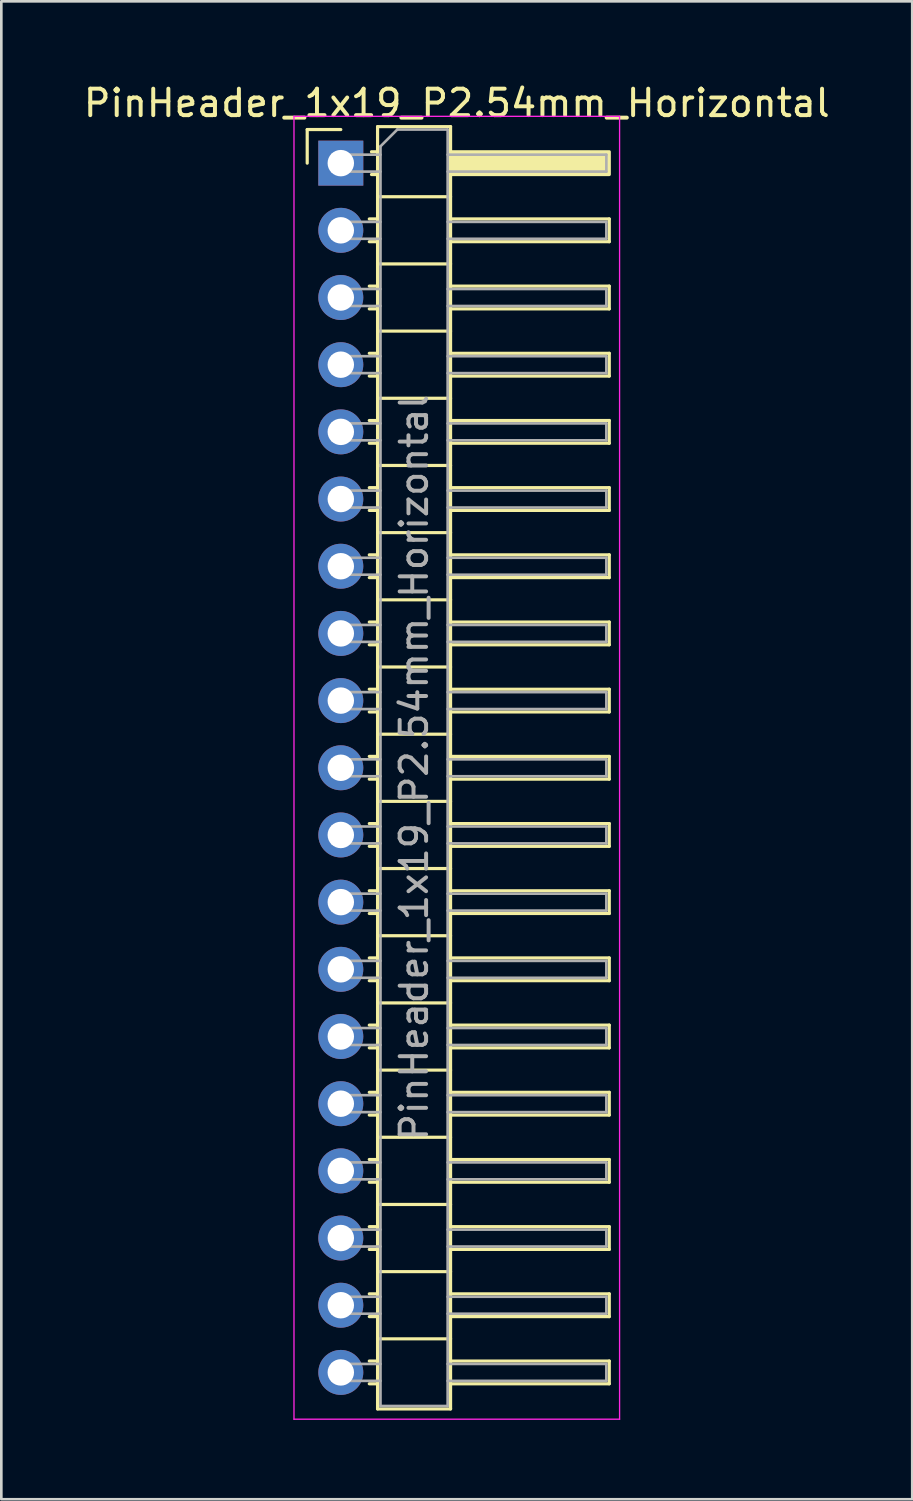
<source format=kicad_pcb>
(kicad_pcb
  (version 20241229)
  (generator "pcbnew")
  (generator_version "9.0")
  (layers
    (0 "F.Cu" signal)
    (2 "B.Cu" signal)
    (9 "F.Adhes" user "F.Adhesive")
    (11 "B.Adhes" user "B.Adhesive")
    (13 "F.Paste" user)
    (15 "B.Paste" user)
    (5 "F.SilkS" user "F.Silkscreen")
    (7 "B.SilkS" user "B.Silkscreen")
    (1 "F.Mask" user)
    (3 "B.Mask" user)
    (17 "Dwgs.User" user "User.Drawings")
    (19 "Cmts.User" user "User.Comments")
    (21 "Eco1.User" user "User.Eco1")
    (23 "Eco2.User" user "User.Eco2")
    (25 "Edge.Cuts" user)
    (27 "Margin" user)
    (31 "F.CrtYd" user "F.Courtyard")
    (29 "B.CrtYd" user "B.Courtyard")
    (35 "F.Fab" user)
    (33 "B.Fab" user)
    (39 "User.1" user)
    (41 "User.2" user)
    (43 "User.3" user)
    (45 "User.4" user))
  (footprint "PinHeader_1x19_P2.54mm_Horizontal"
    (layer "F.Cu")
    (at 9.835 3.118)
    (property "Reference" "PinHeader_1x19_P2.54mm_Horizontal" (at 4.385 -2.27 0) (layer "F.SilkS") (effects (font (size 1 1) (thickness 0.15))))
    (attr through_hole)
    (fp_line (start -1.27 -1.27) (end 0 -1.27) (stroke (width 0.12) (type solid)) (layer "F.SilkS"))
    (fp_line (start -1.27 0) (end -1.27 -1.27) (stroke (width 0.12) (type solid)) (layer "F.SilkS"))
    (fp_line (start 1.077 2.11) (end 1.39 2.11) (stroke (width 0.12) (type solid)) (layer "F.SilkS"))
    (fp_line (start 1.077 2.97) (end 1.39 2.97) (stroke (width 0.12) (type solid)) (layer "F.SilkS"))
    (fp_line (start 1.077 4.65) (end 1.39 4.65) (stroke (width 0.12) (type solid)) (layer "F.SilkS"))
    (fp_line (start 1.077 5.51) (end 1.39 5.51) (stroke (width 0.12) (type solid)) (layer "F.SilkS"))
    (fp_line (start 1.077 7.19) (end 1.39 7.19) (stroke (width 0.12) (type solid)) (layer "F.SilkS"))
    (fp_line (start 1.077 8.05) (end 1.39 8.05) (stroke (width 0.12) (type solid)) (layer "F.SilkS"))
    (fp_line (start 1.077 9.73) (end 1.39 9.73) (stroke (width 0.12) (type solid)) (layer "F.SilkS"))
    (fp_line (start 1.077 10.59) (end 1.39 10.59) (stroke (width 0.12) (type solid)) (layer "F.SilkS"))
    (fp_line (start 1.077 12.27) (end 1.39 12.27) (stroke (width 0.12) (type solid)) (layer "F.SilkS"))
    (fp_line (start 1.077 13.13) (end 1.39 13.13) (stroke (width 0.12) (type solid)) (layer "F.SilkS"))
    (fp_line (start 1.077 14.81) (end 1.39 14.81) (stroke (width 0.12) (type solid)) (layer "F.SilkS"))
    (fp_line (start 1.077 15.67) (end 1.39 15.67) (stroke (width 0.12) (type solid)) (layer "F.SilkS"))
    (fp_line (start 1.077 17.35) (end 1.39 17.35) (stroke (width 0.12) (type solid)) (layer "F.SilkS"))
    (fp_line (start 1.077 18.21) (end 1.39 18.21) (stroke (width 0.12) (type solid)) (layer "F.SilkS"))
    (fp_line (start 1.077 19.89) (end 1.39 19.89) (stroke (width 0.12) (type solid)) (layer "F.SilkS"))
    (fp_line (start 1.077 20.75) (end 1.39 20.75) (stroke (width 0.12) (type solid)) (layer "F.SilkS"))
    (fp_line (start 1.077 22.43) (end 1.39 22.43) (stroke (width 0.12) (type solid)) (layer "F.SilkS"))
    (fp_line (start 1.077 23.29) (end 1.39 23.29) (stroke (width 0.12) (type solid)) (layer "F.SilkS"))
    (fp_line (start 1.077 24.97) (end 1.39 24.97) (stroke (width 0.12) (type solid)) (layer "F.SilkS"))
    (fp_line (start 1.077 25.83) (end 1.39 25.83) (stroke (width 0.12) (type solid)) (layer "F.SilkS"))
    (fp_line (start 1.077 27.51) (end 1.39 27.51) (stroke (width 0.12) (type solid)) (layer "F.SilkS"))
    (fp_line (start 1.077 28.37) (end 1.39 28.37) (stroke (width 0.12) (type solid)) (layer "F.SilkS"))
    (fp_line (start 1.077 30.05) (end 1.39 30.05) (stroke (width 0.12) (type solid)) (layer "F.SilkS"))
    (fp_line (start 1.077 30.91) (end 1.39 30.91) (stroke (width 0.12) (type solid)) (layer "F.SilkS"))
    (fp_line (start 1.077 32.59) (end 1.39 32.59) (stroke (width 0.12) (type solid)) (layer "F.SilkS"))
    (fp_line (start 1.077 33.45) (end 1.39 33.45) (stroke (width 0.12) (type solid)) (layer "F.SilkS"))
    (fp_line (start 1.077 35.13) (end 1.39 35.13) (stroke (width 0.12) (type solid)) (layer "F.SilkS"))
    (fp_line (start 1.077 35.99) (end 1.39 35.99) (stroke (width 0.12) (type solid)) (layer "F.SilkS"))
    (fp_line (start 1.077 37.67) (end 1.39 37.67) (stroke (width 0.12) (type solid)) (layer "F.SilkS"))
    (fp_line (start 1.077 38.53) (end 1.39 38.53) (stroke (width 0.12) (type solid)) (layer "F.SilkS"))
    (fp_line (start 1.077 40.21) (end 1.39 40.21) (stroke (width 0.12) (type solid)) (layer "F.SilkS"))
    (fp_line (start 1.077 41.07) (end 1.39 41.07) (stroke (width 0.12) (type solid)) (layer "F.SilkS"))
    (fp_line (start 1.077 42.75) (end 1.39 42.75) (stroke (width 0.12) (type solid)) (layer "F.SilkS"))
    (fp_line (start 1.077 43.61) (end 1.39 43.61) (stroke (width 0.12) (type solid)) (layer "F.SilkS"))
    (fp_line (start 1.077 45.29) (end 1.39 45.29) (stroke (width 0.12) (type solid)) (layer "F.SilkS"))
    (fp_line (start 1.077 46.15) (end 1.39 46.15) (stroke (width 0.12) (type solid)) (layer "F.SilkS"))
    (fp_line (start 1.16 -0.43) (end 1.39 -0.43) (stroke (width 0.12) (type solid)) (layer "F.SilkS"))
    (fp_line (start 1.16 0.43) (end 1.39 0.43) (stroke (width 0.12) (type solid)) (layer "F.SilkS"))
    (fp_line (start 1.39 -1.38) (end 1.39 47.1) (stroke (width 0.12) (type solid)) (layer "F.SilkS"))
    (fp_line (start 1.39 1.27) (end 4.15 1.27) (stroke (width 0.12) (type solid)) (layer "F.SilkS"))
    (fp_line (start 1.39 3.81) (end 4.15 3.81) (stroke (width 0.12) (type solid)) (layer "F.SilkS"))
    (fp_line (start 1.39 6.35) (end 4.15 6.35) (stroke (width 0.12) (type solid)) (layer "F.SilkS"))
    (fp_line (start 1.39 8.89) (end 4.15 8.89) (stroke (width 0.12) (type solid)) (layer "F.SilkS"))
    (fp_line (start 1.39 11.43) (end 4.15 11.43) (stroke (width 0.12) (type solid)) (layer "F.SilkS"))
    (fp_line (start 1.39 13.97) (end 4.15 13.97) (stroke (width 0.12) (type solid)) (layer "F.SilkS"))
    (fp_line (start 1.39 16.51) (end 4.15 16.51) (stroke (width 0.12) (type solid)) (layer "F.SilkS"))
    (fp_line (start 1.39 19.05) (end 4.15 19.05) (stroke (width 0.12) (type solid)) (layer "F.SilkS"))
    (fp_line (start 1.39 21.59) (end 4.15 21.59) (stroke (width 0.12) (type solid)) (layer "F.SilkS"))
    (fp_line (start 1.39 24.13) (end 4.15 24.13) (stroke (width 0.12) (type solid)) (layer "F.SilkS"))
    (fp_line (start 1.39 26.67) (end 4.15 26.67) (stroke (width 0.12) (type solid)) (layer "F.SilkS"))
    (fp_line (start 1.39 29.21) (end 4.15 29.21) (stroke (width 0.12) (type solid)) (layer "F.SilkS"))
    (fp_line (start 1.39 31.75) (end 4.15 31.75) (stroke (width 0.12) (type solid)) (layer "F.SilkS"))
    (fp_line (start 1.39 34.29) (end 4.15 34.29) (stroke (width 0.12) (type solid)) (layer "F.SilkS"))
    (fp_line (start 1.39 36.83) (end 4.15 36.83) (stroke (width 0.12) (type solid)) (layer "F.SilkS"))
    (fp_line (start 1.39 39.37) (end 4.15 39.37) (stroke (width 0.12) (type solid)) (layer "F.SilkS"))
    (fp_line (start 1.39 41.91) (end 4.15 41.91) (stroke (width 0.12) (type solid)) (layer "F.SilkS"))
    (fp_line (start 1.39 44.45) (end 4.15 44.45) (stroke (width 0.12) (type solid)) (layer "F.SilkS"))
    (fp_line (start 1.39 47.1) (end 4.15 47.1) (stroke (width 0.12) (type solid)) (layer "F.SilkS"))
    (fp_line (start 4.15 -1.38) (end 1.39 -1.38) (stroke (width 0.12) (type solid)) (layer "F.SilkS"))
    (fp_line (start 4.15 2.11) (end 10.15 2.11) (stroke (width 0.12) (type solid)) (layer "F.SilkS"))
    (fp_line (start 4.15 4.65) (end 10.15 4.65) (stroke (width 0.12) (type solid)) (layer "F.SilkS"))
    (fp_line (start 4.15 7.19) (end 10.15 7.19) (stroke (width 0.12) (type solid)) (layer "F.SilkS"))
    (fp_line (start 4.15 9.73) (end 10.15 9.73) (stroke (width 0.12) (type solid)) (layer "F.SilkS"))
    (fp_line (start 4.15 12.27) (end 10.15 12.27) (stroke (width 0.12) (type solid)) (layer "F.SilkS"))
    (fp_line (start 4.15 14.81) (end 10.15 14.81) (stroke (width 0.12) (type solid)) (layer "F.SilkS"))
    (fp_line (start 4.15 17.35) (end 10.15 17.35) (stroke (width 0.12) (type solid)) (layer "F.SilkS"))
    (fp_line (start 4.15 19.89) (end 10.15 19.89) (stroke (width 0.12) (type solid)) (layer "F.SilkS"))
    (fp_line (start 4.15 22.43) (end 10.15 22.43) (stroke (width 0.12) (type solid)) (layer "F.SilkS"))
    (fp_line (start 4.15 24.97) (end 10.15 24.97) (stroke (width 0.12) (type solid)) (layer "F.SilkS"))
    (fp_line (start 4.15 27.51) (end 10.15 27.51) (stroke (width 0.12) (type solid)) (layer "F.SilkS"))
    (fp_line (start 4.15 30.05) (end 10.15 30.05) (stroke (width 0.12) (type solid)) (layer "F.SilkS"))
    (fp_line (start 4.15 32.59) (end 10.15 32.59) (stroke (width 0.12) (type solid)) (layer "F.SilkS"))
    (fp_line (start 4.15 35.13) (end 10.15 35.13) (stroke (width 0.12) (type solid)) (layer "F.SilkS"))
    (fp_line (start 4.15 37.67) (end 10.15 37.67) (stroke (width 0.12) (type solid)) (layer "F.SilkS"))
    (fp_line (start 4.15 40.21) (end 10.15 40.21) (stroke (width 0.12) (type solid)) (layer "F.SilkS"))
    (fp_line (start 4.15 42.75) (end 10.15 42.75) (stroke (width 0.12) (type solid)) (layer "F.SilkS"))
    (fp_line (start 4.15 45.29) (end 10.15 45.29) (stroke (width 0.12) (type solid)) (layer "F.SilkS"))
    (fp_line (start 4.15 47.1) (end 4.15 -1.38) (stroke (width 0.12) (type solid)) (layer "F.SilkS"))
    (fp_line (start 10.15 2.11) (end 10.15 2.97) (stroke (width 0.12) (type solid)) (layer "F.SilkS"))
    (fp_line (start 10.15 2.97) (end 4.15 2.97) (stroke (width 0.12) (type solid)) (layer "F.SilkS"))
    (fp_line (start 10.15 4.65) (end 10.15 5.51) (stroke (width 0.12) (type solid)) (layer "F.SilkS"))
    (fp_line (start 10.15 5.51) (end 4.15 5.51) (stroke (width 0.12) (type solid)) (layer "F.SilkS"))
    (fp_line (start 10.15 7.19) (end 10.15 8.05) (stroke (width 0.12) (type solid)) (layer "F.SilkS"))
    (fp_line (start 10.15 8.05) (end 4.15 8.05) (stroke (width 0.12) (type solid)) (layer "F.SilkS"))
    (fp_line (start 10.15 9.73) (end 10.15 10.59) (stroke (width 0.12) (type solid)) (layer "F.SilkS"))
    (fp_line (start 10.15 10.59) (end 4.15 10.59) (stroke (width 0.12) (type solid)) (layer "F.SilkS"))
    (fp_line (start 10.15 12.27) (end 10.15 13.13) (stroke (width 0.12) (type solid)) (layer "F.SilkS"))
    (fp_line (start 10.15 13.13) (end 4.15 13.13) (stroke (width 0.12) (type solid)) (layer "F.SilkS"))
    (fp_line (start 10.15 14.81) (end 10.15 15.67) (stroke (width 0.12) (type solid)) (layer "F.SilkS"))
    (fp_line (start 10.15 15.67) (end 4.15 15.67) (stroke (width 0.12) (type solid)) (layer "F.SilkS"))
    (fp_line (start 10.15 17.35) (end 10.15 18.21) (stroke (width 0.12) (type solid)) (layer "F.SilkS"))
    (fp_line (start 10.15 18.21) (end 4.15 18.21) (stroke (width 0.12) (type solid)) (layer "F.SilkS"))
    (fp_line (start 10.15 19.89) (end 10.15 20.75) (stroke (width 0.12) (type solid)) (layer "F.SilkS"))
    (fp_line (start 10.15 20.75) (end 4.15 20.75) (stroke (width 0.12) (type solid)) (layer "F.SilkS"))
    (fp_line (start 10.15 22.43) (end 10.15 23.29) (stroke (width 0.12) (type solid)) (layer "F.SilkS"))
    (fp_line (start 10.15 23.29) (end 4.15 23.29) (stroke (width 0.12) (type solid)) (layer "F.SilkS"))
    (fp_line (start 10.15 24.97) (end 10.15 25.83) (stroke (width 0.12) (type solid)) (layer "F.SilkS"))
    (fp_line (start 10.15 25.83) (end 4.15 25.83) (stroke (width 0.12) (type solid)) (layer "F.SilkS"))
    (fp_line (start 10.15 27.51) (end 10.15 28.37) (stroke (width 0.12) (type solid)) (layer "F.SilkS"))
    (fp_line (start 10.15 28.37) (end 4.15 28.37) (stroke (width 0.12) (type solid)) (layer "F.SilkS"))
    (fp_line (start 10.15 30.05) (end 10.15 30.91) (stroke (width 0.12) (type solid)) (layer "F.SilkS"))
    (fp_line (start 10.15 30.91) (end 4.15 30.91) (stroke (width 0.12) (type solid)) (layer "F.SilkS"))
    (fp_line (start 10.15 32.59) (end 10.15 33.45) (stroke (width 0.12) (type solid)) (layer "F.SilkS"))
    (fp_line (start 10.15 33.45) (end 4.15 33.45) (stroke (width 0.12) (type solid)) (layer "F.SilkS"))
    (fp_line (start 10.15 35.13) (end 10.15 35.99) (stroke (width 0.12) (type solid)) (layer "F.SilkS"))
    (fp_line (start 10.15 35.99) (end 4.15 35.99) (stroke (width 0.12) (type solid)) (layer "F.SilkS"))
    (fp_line (start 10.15 37.67) (end 10.15 38.53) (stroke (width 0.12) (type solid)) (layer "F.SilkS"))
    (fp_line (start 10.15 38.53) (end 4.15 38.53) (stroke (width 0.12) (type solid)) (layer "F.SilkS"))
    (fp_line (start 10.15 40.21) (end 10.15 41.07) (stroke (width 0.12) (type solid)) (layer "F.SilkS"))
    (fp_line (start 10.15 41.07) (end 4.15 41.07) (stroke (width 0.12) (type solid)) (layer "F.SilkS"))
    (fp_line (start 10.15 42.75) (end 10.15 43.61) (stroke (width 0.12) (type solid)) (layer "F.SilkS"))
    (fp_line (start 10.15 43.61) (end 4.15 43.61) (stroke (width 0.12) (type solid)) (layer "F.SilkS"))
    (fp_line (start 10.15 45.29) (end 10.15 46.15) (stroke (width 0.12) (type solid)) (layer "F.SilkS"))
    (fp_line (start 10.15 46.15) (end 4.15 46.15) (stroke (width 0.12) (type solid)) (layer "F.SilkS"))
    (fp_rect (start 4.15 -0.43) (end 10.15 0.43) (stroke (width 0.12) (type solid)) (fill yes) (layer "F.SilkS"))
    (fp_line (start -1.77 -1.77) (end -1.77 47.49) (stroke (width 0.05) (type solid)) (layer "F.CrtYd"))
    (fp_line (start -1.77 47.49) (end 10.54 47.49) (stroke (width 0.05) (type solid)) (layer "F.CrtYd"))
    (fp_line (start 10.54 -1.77) (end -1.77 -1.77) (stroke (width 0.05) (type solid)) (layer "F.CrtYd"))
    (fp_line (start 10.54 47.49) (end 10.54 -1.77) (stroke (width 0.05) (type solid)) (layer "F.CrtYd"))
    (fp_line (start -0.32 -0.32) (end -0.32 0.32) (stroke (width 0.1) (type solid)) (layer "F.Fab"))
    (fp_line (start -0.32 -0.32) (end 1.5 -0.32) (stroke (width 0.1) (type solid)) (layer "F.Fab"))
    (fp_line (start -0.32 0.32) (end 1.5 0.32) (stroke (width 0.1) (type solid)) (layer "F.Fab"))
    (fp_line (start -0.32 2.22) (end -0.32 2.86) (stroke (width 0.1) (type solid)) (layer "F.Fab"))
    (fp_line (start -0.32 2.22) (end 1.5 2.22) (stroke (width 0.1) (type solid)) (layer "F.Fab"))
    (fp_line (start -0.32 2.86) (end 1.5 2.86) (stroke (width 0.1) (type solid)) (layer "F.Fab"))
    (fp_line (start -0.32 4.76) (end -0.32 5.4) (stroke (width 0.1) (type solid)) (layer "F.Fab"))
    (fp_line (start -0.32 4.76) (end 1.5 4.76) (stroke (width 0.1) (type solid)) (layer "F.Fab"))
    (fp_line (start -0.32 5.4) (end 1.5 5.4) (stroke (width 0.1) (type solid)) (layer "F.Fab"))
    (fp_line (start -0.32 7.3) (end -0.32 7.94) (stroke (width 0.1) (type solid)) (layer "F.Fab"))
    (fp_line (start -0.32 7.3) (end 1.5 7.3) (stroke (width 0.1) (type solid)) (layer "F.Fab"))
    (fp_line (start -0.32 7.94) (end 1.5 7.94) (stroke (width 0.1) (type solid)) (layer "F.Fab"))
    (fp_line (start -0.32 9.84) (end -0.32 10.48) (stroke (width 0.1) (type solid)) (layer "F.Fab"))
    (fp_line (start -0.32 9.84) (end 1.5 9.84) (stroke (width 0.1) (type solid)) (layer "F.Fab"))
    (fp_line (start -0.32 10.48) (end 1.5 10.48) (stroke (width 0.1) (type solid)) (layer "F.Fab"))
    (fp_line (start -0.32 12.38) (end -0.32 13.02) (stroke (width 0.1) (type solid)) (layer "F.Fab"))
    (fp_line (start -0.32 12.38) (end 1.5 12.38) (stroke (width 0.1) (type solid)) (layer "F.Fab"))
    (fp_line (start -0.32 13.02) (end 1.5 13.02) (stroke (width 0.1) (type solid)) (layer "F.Fab"))
    (fp_line (start -0.32 14.92) (end -0.32 15.56) (stroke (width 0.1) (type solid)) (layer "F.Fab"))
    (fp_line (start -0.32 14.92) (end 1.5 14.92) (stroke (width 0.1) (type solid)) (layer "F.Fab"))
    (fp_line (start -0.32 15.56) (end 1.5 15.56) (stroke (width 0.1) (type solid)) (layer "F.Fab"))
    (fp_line (start -0.32 17.46) (end -0.32 18.1) (stroke (width 0.1) (type solid)) (layer "F.Fab"))
    (fp_line (start -0.32 17.46) (end 1.5 17.46) (stroke (width 0.1) (type solid)) (layer "F.Fab"))
    (fp_line (start -0.32 18.1) (end 1.5 18.1) (stroke (width 0.1) (type solid)) (layer "F.Fab"))
    (fp_line (start -0.32 20) (end -0.32 20.64) (stroke (width 0.1) (type solid)) (layer "F.Fab"))
    (fp_line (start -0.32 20) (end 1.5 20) (stroke (width 0.1) (type solid)) (layer "F.Fab"))
    (fp_line (start -0.32 20.64) (end 1.5 20.64) (stroke (width 0.1) (type solid)) (layer "F.Fab"))
    (fp_line (start -0.32 22.54) (end -0.32 23.18) (stroke (width 0.1) (type solid)) (layer "F.Fab"))
    (fp_line (start -0.32 22.54) (end 1.5 22.54) (stroke (width 0.1) (type solid)) (layer "F.Fab"))
    (fp_line (start -0.32 23.18) (end 1.5 23.18) (stroke (width 0.1) (type solid)) (layer "F.Fab"))
    (fp_line (start -0.32 25.08) (end -0.32 25.72) (stroke (width 0.1) (type solid)) (layer "F.Fab"))
    (fp_line (start -0.32 25.08) (end 1.5 25.08) (stroke (width 0.1) (type solid)) (layer "F.Fab"))
    (fp_line (start -0.32 25.72) (end 1.5 25.72) (stroke (width 0.1) (type solid)) (layer "F.Fab"))
    (fp_line (start -0.32 27.62) (end -0.32 28.26) (stroke (width 0.1) (type solid)) (layer "F.Fab"))
    (fp_line (start -0.32 27.62) (end 1.5 27.62) (stroke (width 0.1) (type solid)) (layer "F.Fab"))
    (fp_line (start -0.32 28.26) (end 1.5 28.26) (stroke (width 0.1) (type solid)) (layer "F.Fab"))
    (fp_line (start -0.32 30.16) (end -0.32 30.8) (stroke (width 0.1) (type solid)) (layer "F.Fab"))
    (fp_line (start -0.32 30.16) (end 1.5 30.16) (stroke (width 0.1) (type solid)) (layer "F.Fab"))
    (fp_line (start -0.32 30.8) (end 1.5 30.8) (stroke (width 0.1) (type solid)) (layer "F.Fab"))
    (fp_line (start -0.32 32.7) (end -0.32 33.34) (stroke (width 0.1) (type solid)) (layer "F.Fab"))
    (fp_line (start -0.32 32.7) (end 1.5 32.7) (stroke (width 0.1) (type solid)) (layer "F.Fab"))
    (fp_line (start -0.32 33.34) (end 1.5 33.34) (stroke (width 0.1) (type solid)) (layer "F.Fab"))
    (fp_line (start -0.32 35.24) (end -0.32 35.88) (stroke (width 0.1) (type solid)) (layer "F.Fab"))
    (fp_line (start -0.32 35.24) (end 1.5 35.24) (stroke (width 0.1) (type solid)) (layer "F.Fab"))
    (fp_line (start -0.32 35.88) (end 1.5 35.88) (stroke (width 0.1) (type solid)) (layer "F.Fab"))
    (fp_line (start -0.32 37.78) (end -0.32 38.42) (stroke (width 0.1) (type solid)) (layer "F.Fab"))
    (fp_line (start -0.32 37.78) (end 1.5 37.78) (stroke (width 0.1) (type solid)) (layer "F.Fab"))
    (fp_line (start -0.32 38.42) (end 1.5 38.42) (stroke (width 0.1) (type solid)) (layer "F.Fab"))
    (fp_line (start -0.32 40.32) (end -0.32 40.96) (stroke (width 0.1) (type solid)) (layer "F.Fab"))
    (fp_line (start -0.32 40.32) (end 1.5 40.32) (stroke (width 0.1) (type solid)) (layer "F.Fab"))
    (fp_line (start -0.32 40.96) (end 1.5 40.96) (stroke (width 0.1) (type solid)) (layer "F.Fab"))
    (fp_line (start -0.32 42.86) (end -0.32 43.5) (stroke (width 0.1) (type solid)) (layer "F.Fab"))
    (fp_line (start -0.32 42.86) (end 1.5 42.86) (stroke (width 0.1) (type solid)) (layer "F.Fab"))
    (fp_line (start -0.32 43.5) (end 1.5 43.5) (stroke (width 0.1) (type solid)) (layer "F.Fab"))
    (fp_line (start -0.32 45.4) (end -0.32 46.04) (stroke (width 0.1) (type solid)) (layer "F.Fab"))
    (fp_line (start -0.32 45.4) (end 1.5 45.4) (stroke (width 0.1) (type solid)) (layer "F.Fab"))
    (fp_line (start -0.32 46.04) (end 1.5 46.04) (stroke (width 0.1) (type solid)) (layer "F.Fab"))
    (fp_line (start 1.5 -0.635) (end 2.135 -1.27) (stroke (width 0.1) (type solid)) (layer "F.Fab"))
    (fp_line (start 1.5 46.99) (end 1.5 -0.635) (stroke (width 0.1) (type solid)) (layer "F.Fab"))
    (fp_line (start 2.135 -1.27) (end 4.04 -1.27) (stroke (width 0.1) (type solid)) (layer "F.Fab"))
    (fp_line (start 4.04 -1.27) (end 4.04 46.99) (stroke (width 0.1) (type solid)) (layer "F.Fab"))
    (fp_line (start 4.04 -0.32) (end 10.04 -0.32) (stroke (width 0.1) (type solid)) (layer "F.Fab"))
    (fp_line (start 4.04 0.32) (end 10.04 0.32) (stroke (width 0.1) (type solid)) (layer "F.Fab"))
    (fp_line (start 4.04 2.22) (end 10.04 2.22) (stroke (width 0.1) (type solid)) (layer "F.Fab"))
    (fp_line (start 4.04 2.86) (end 10.04 2.86) (stroke (width 0.1) (type solid)) (layer "F.Fab"))
    (fp_line (start 4.04 4.76) (end 10.04 4.76) (stroke (width 0.1) (type solid)) (layer "F.Fab"))
    (fp_line (start 4.04 5.4) (end 10.04 5.4) (stroke (width 0.1) (type solid)) (layer "F.Fab"))
    (fp_line (start 4.04 7.3) (end 10.04 7.3) (stroke (width 0.1) (type solid)) (layer "F.Fab"))
    (fp_line (start 4.04 7.94) (end 10.04 7.94) (stroke (width 0.1) (type solid)) (layer "F.Fab"))
    (fp_line (start 4.04 9.84) (end 10.04 9.84) (stroke (width 0.1) (type solid)) (layer "F.Fab"))
    (fp_line (start 4.04 10.48) (end 10.04 10.48) (stroke (width 0.1) (type solid)) (layer "F.Fab"))
    (fp_line (start 4.04 12.38) (end 10.04 12.38) (stroke (width 0.1) (type solid)) (layer "F.Fab"))
    (fp_line (start 4.04 13.02) (end 10.04 13.02) (stroke (width 0.1) (type solid)) (layer "F.Fab"))
    (fp_line (start 4.04 14.92) (end 10.04 14.92) (stroke (width 0.1) (type solid)) (layer "F.Fab"))
    (fp_line (start 4.04 15.56) (end 10.04 15.56) (stroke (width 0.1) (type solid)) (layer "F.Fab"))
    (fp_line (start 4.04 17.46) (end 10.04 17.46) (stroke (width 0.1) (type solid)) (layer "F.Fab"))
    (fp_line (start 4.04 18.1) (end 10.04 18.1) (stroke (width 0.1) (type solid)) (layer "F.Fab"))
    (fp_line (start 4.04 20) (end 10.04 20) (stroke (width 0.1) (type solid)) (layer "F.Fab"))
    (fp_line (start 4.04 20.64) (end 10.04 20.64) (stroke (width 0.1) (type solid)) (layer "F.Fab"))
    (fp_line (start 4.04 22.54) (end 10.04 22.54) (stroke (width 0.1) (type solid)) (layer "F.Fab"))
    (fp_line (start 4.04 23.18) (end 10.04 23.18) (stroke (width 0.1) (type solid)) (layer "F.Fab"))
    (fp_line (start 4.04 25.08) (end 10.04 25.08) (stroke (width 0.1) (type solid)) (layer "F.Fab"))
    (fp_line (start 4.04 25.72) (end 10.04 25.72) (stroke (width 0.1) (type solid)) (layer "F.Fab"))
    (fp_line (start 4.04 27.62) (end 10.04 27.62) (stroke (width 0.1) (type solid)) (layer "F.Fab"))
    (fp_line (start 4.04 28.26) (end 10.04 28.26) (stroke (width 0.1) (type solid)) (layer "F.Fab"))
    (fp_line (start 4.04 30.16) (end 10.04 30.16) (stroke (width 0.1) (type solid)) (layer "F.Fab"))
    (fp_line (start 4.04 30.8) (end 10.04 30.8) (stroke (width 0.1) (type solid)) (layer "F.Fab"))
    (fp_line (start 4.04 32.7) (end 10.04 32.7) (stroke (width 0.1) (type solid)) (layer "F.Fab"))
    (fp_line (start 4.04 33.34) (end 10.04 33.34) (stroke (width 0.1) (type solid)) (layer "F.Fab"))
    (fp_line (start 4.04 35.24) (end 10.04 35.24) (stroke (width 0.1) (type solid)) (layer "F.Fab"))
    (fp_line (start 4.04 35.88) (end 10.04 35.88) (stroke (width 0.1) (type solid)) (layer "F.Fab"))
    (fp_line (start 4.04 37.78) (end 10.04 37.78) (stroke (width 0.1) (type solid)) (layer "F.Fab"))
    (fp_line (start 4.04 38.42) (end 10.04 38.42) (stroke (width 0.1) (type solid)) (layer "F.Fab"))
    (fp_line (start 4.04 40.32) (end 10.04 40.32) (stroke (width 0.1) (type solid)) (layer "F.Fab"))
    (fp_line (start 4.04 40.96) (end 10.04 40.96) (stroke (width 0.1) (type solid)) (layer "F.Fab"))
    (fp_line (start 4.04 42.86) (end 10.04 42.86) (stroke (width 0.1) (type solid)) (layer "F.Fab"))
    (fp_line (start 4.04 43.5) (end 10.04 43.5) (stroke (width 0.1) (type solid)) (layer "F.Fab"))
    (fp_line (start 4.04 45.4) (end 10.04 45.4) (stroke (width 0.1) (type solid)) (layer "F.Fab"))
    (fp_line (start 4.04 46.04) (end 10.04 46.04) (stroke (width 0.1) (type solid)) (layer "F.Fab"))
    (fp_line (start 4.04 46.99) (end 1.5 46.99) (stroke (width 0.1) (type solid)) (layer "F.Fab"))
    (fp_line (start 10.04 -0.32) (end 10.04 0.32) (stroke (width 0.1) (type solid)) (layer "F.Fab"))
    (fp_line (start 10.04 2.22) (end 10.04 2.86) (stroke (width 0.1) (type solid)) (layer "F.Fab"))
    (fp_line (start 10.04 4.76) (end 10.04 5.4) (stroke (width 0.1) (type solid)) (layer "F.Fab"))
    (fp_line (start 10.04 7.3) (end 10.04 7.94) (stroke (width 0.1) (type solid)) (layer "F.Fab"))
    (fp_line (start 10.04 9.84) (end 10.04 10.48) (stroke (width 0.1) (type solid)) (layer "F.Fab"))
    (fp_line (start 10.04 12.38) (end 10.04 13.02) (stroke (width 0.1) (type solid)) (layer "F.Fab"))
    (fp_line (start 10.04 14.92) (end 10.04 15.56) (stroke (width 0.1) (type solid)) (layer "F.Fab"))
    (fp_line (start 10.04 17.46) (end 10.04 18.1) (stroke (width 0.1) (type solid)) (layer "F.Fab"))
    (fp_line (start 10.04 20) (end 10.04 20.64) (stroke (width 0.1) (type solid)) (layer "F.Fab"))
    (fp_line (start 10.04 22.54) (end 10.04 23.18) (stroke (width 0.1) (type solid)) (layer "F.Fab"))
    (fp_line (start 10.04 25.08) (end 10.04 25.72) (stroke (width 0.1) (type solid)) (layer "F.Fab"))
    (fp_line (start 10.04 27.62) (end 10.04 28.26) (stroke (width 0.1) (type solid)) (layer "F.Fab"))
    (fp_line (start 10.04 30.16) (end 10.04 30.8) (stroke (width 0.1) (type solid)) (layer "F.Fab"))
    (fp_line (start 10.04 32.7) (end 10.04 33.34) (stroke (width 0.1) (type solid)) (layer "F.Fab"))
    (fp_line (start 10.04 35.24) (end 10.04 35.88) (stroke (width 0.1) (type solid)) (layer "F.Fab"))
    (fp_line (start 10.04 37.78) (end 10.04 38.42) (stroke (width 0.1) (type solid)) (layer "F.Fab"))
    (fp_line (start 10.04 40.32) (end 10.04 40.96) (stroke (width 0.1) (type solid)) (layer "F.Fab"))
    (fp_line (start 10.04 42.86) (end 10.04 43.5) (stroke (width 0.1) (type solid)) (layer "F.Fab"))
    (fp_line (start 10.04 45.4) (end 10.04 46.04) (stroke (width 0.1) (type solid)) (layer "F.Fab"))
    (fp_text user "${REFERENCE}" (at 2.77 22.86 90) (layer "F.Fab") (effects (font (size 1 1) (thickness 0.15))))
    (pad "1" thru_hole rect (at 0 0) (size 1.7 1.7) (drill 1) (layers "*.Cu" "*.Mask"))
    (pad "2" thru_hole circle (at 0 2.54) (size 1.7 1.7) (drill 1) (layers "*.Cu" "*.Mask"))
    (pad "3" thru_hole circle (at 0 5.08) (size 1.7 1.7) (drill 1) (layers "*.Cu" "*.Mask"))
    (pad "4" thru_hole circle (at 0 7.62) (size 1.7 1.7) (drill 1) (layers "*.Cu" "*.Mask"))
    (pad "5" thru_hole circle (at 0 10.16) (size 1.7 1.7) (drill 1) (layers "*.Cu" "*.Mask"))
    (pad "6" thru_hole circle (at 0 12.7) (size 1.7 1.7) (drill 1) (layers "*.Cu" "*.Mask"))
    (pad "7" thru_hole circle (at 0 15.24) (size 1.7 1.7) (drill 1) (layers "*.Cu" "*.Mask"))
    (pad "8" thru_hole circle (at 0 17.78) (size 1.7 1.7) (drill 1) (layers "*.Cu" "*.Mask"))
    (pad "9" thru_hole circle (at 0 20.32) (size 1.7 1.7) (drill 1) (layers "*.Cu" "*.Mask"))
    (pad "10" thru_hole circle (at 0 22.86) (size 1.7 1.7) (drill 1) (layers "*.Cu" "*.Mask"))
    (pad "11" thru_hole circle (at 0 25.4) (size 1.7 1.7) (drill 1) (layers "*.Cu" "*.Mask"))
    (pad "12" thru_hole circle (at 0 27.94) (size 1.7 1.7) (drill 1) (layers "*.Cu" "*.Mask"))
    (pad "13" thru_hole circle (at 0 30.48) (size 1.7 1.7) (drill 1) (layers "*.Cu" "*.Mask"))
    (pad "14" thru_hole circle (at 0 33.02) (size 1.7 1.7) (drill 1) (layers "*.Cu" "*.Mask"))
    (pad "15" thru_hole circle (at 0 35.56) (size 1.7 1.7) (drill 1) (layers "*.Cu" "*.Mask"))
    (pad "16" thru_hole circle (at 0 38.1) (size 1.7 1.7) (drill 1) (layers "*.Cu" "*.Mask"))
    (pad "17" thru_hole circle (at 0 40.64) (size 1.7 1.7) (drill 1) (layers "*.Cu" "*.Mask"))
    (pad "18" thru_hole circle (at 0 43.18) (size 1.7 1.7) (drill 1) (layers "*.Cu" "*.Mask"))
    (pad "19" thru_hole circle (at 0 45.72) (size 1.7 1.7) (drill 1) (layers "*.Cu" "*.Mask")))
  (gr_rect
    (start -3 -3)
    (end 31.44 53.633)
    (stroke (width 0.1) (type default))
    (fill no)
    (layer "Edge.Cuts")))
</source>
